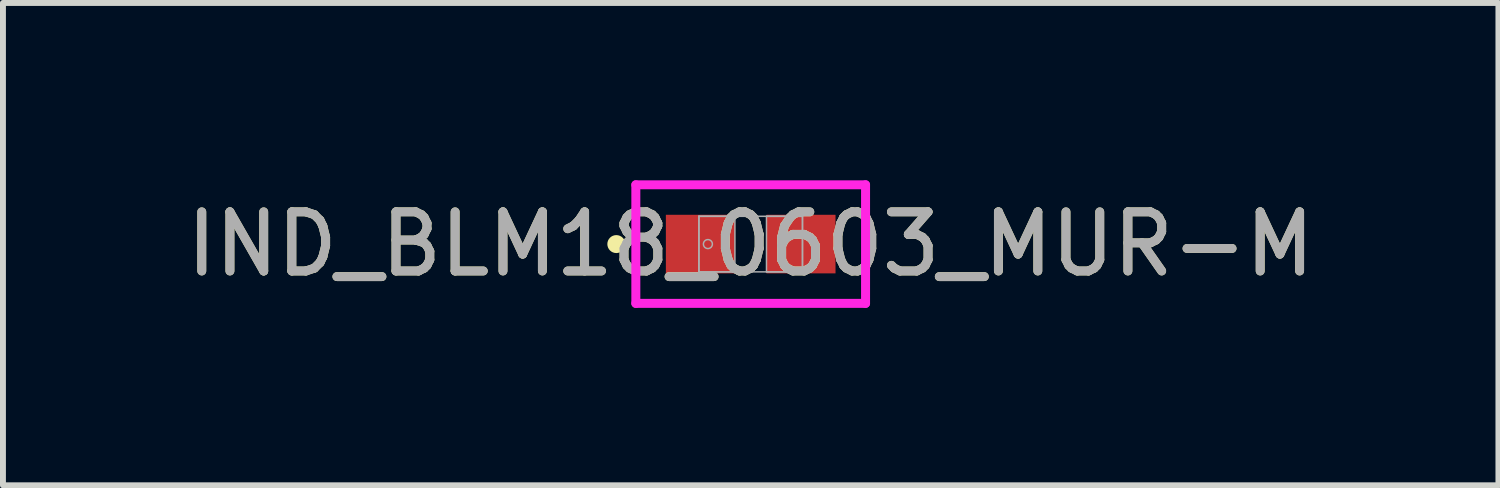
<source format=kicad_pcb>
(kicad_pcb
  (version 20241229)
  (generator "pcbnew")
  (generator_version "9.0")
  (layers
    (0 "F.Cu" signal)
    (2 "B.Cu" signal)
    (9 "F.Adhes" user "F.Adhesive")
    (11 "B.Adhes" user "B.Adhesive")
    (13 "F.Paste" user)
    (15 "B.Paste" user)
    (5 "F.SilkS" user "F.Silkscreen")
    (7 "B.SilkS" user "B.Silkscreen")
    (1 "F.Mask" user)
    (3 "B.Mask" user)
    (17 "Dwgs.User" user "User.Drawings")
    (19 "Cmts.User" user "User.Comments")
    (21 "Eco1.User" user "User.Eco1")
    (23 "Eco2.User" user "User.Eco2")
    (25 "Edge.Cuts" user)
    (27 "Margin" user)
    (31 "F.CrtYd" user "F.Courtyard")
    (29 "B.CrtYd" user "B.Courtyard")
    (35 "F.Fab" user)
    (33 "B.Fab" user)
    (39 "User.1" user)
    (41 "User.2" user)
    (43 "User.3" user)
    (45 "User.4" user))
  (footprint "IND_BLM18_0603_MUR-M"
    (layer "F.Cu")
    (at 9.649 1.079)
    (property "Reference" "IND_BLM18_0603_MUR-M" (at 0 0 0) (unlocked yes) (layer "F.SilkS") (effects (font (size 1 1) (thickness 0.15))))
    (attr smd)
    (fp_circle (center -2.273 0) (end -2.197 0) (stroke (width 0.152) (type solid)) (fill no) (layer "F.SilkS"))
    (fp_line (start -1.943 -1.003) (end 1.943 -1.003) (stroke (width 0.152) (type solid)) (layer "F.CrtYd"))
    (fp_line (start -1.943 1.003) (end -1.943 -1.003) (stroke (width 0.152) (type solid)) (layer "F.CrtYd"))
    (fp_line (start 1.943 -1.003) (end 1.943 1.003) (stroke (width 0.152) (type solid)) (layer "F.CrtYd"))
    (fp_line (start 1.943 1.003) (end -1.943 1.003) (stroke (width 0.152) (type solid)) (layer "F.CrtYd"))
    (fp_line (start -0.876 -0.47) (end -0.876 0.47) (stroke (width 0.025) (type solid)) (layer "F.Fab"))
    (fp_line (start -0.876 -0.47) (end -0.876 0.47) (stroke (width 0.025) (type solid)) (layer "F.Fab"))
    (fp_line (start -0.876 0.47) (end -0.267 0.47) (stroke (width 0.025) (type solid)) (layer "F.Fab"))
    (fp_line (start -0.876 0.47) (end 0.876 0.47) (stroke (width 0.025) (type solid)) (layer "F.Fab"))
    (fp_line (start -0.267 -0.47) (end -0.876 -0.47) (stroke (width 0.025) (type solid)) (layer "F.Fab"))
    (fp_line (start -0.267 0.47) (end -0.267 -0.47) (stroke (width 0.025) (type solid)) (layer "F.Fab"))
    (fp_line (start 0.267 -0.47) (end 0.267 0.47) (stroke (width 0.025) (type solid)) (layer "F.Fab"))
    (fp_line (start 0.267 0.47) (end 0.876 0.47) (stroke (width 0.025) (type solid)) (layer "F.Fab"))
    (fp_line (start 0.876 -0.47) (end -0.876 -0.47) (stroke (width 0.025) (type solid)) (layer "F.Fab"))
    (fp_line (start 0.876 -0.47) (end 0.267 -0.47) (stroke (width 0.025) (type solid)) (layer "F.Fab"))
    (fp_line (start 0.876 0.47) (end 0.876 -0.47) (stroke (width 0.025) (type solid)) (layer "F.Fab"))
    (fp_line (start 0.876 0.47) (end 0.876 -0.47) (stroke (width 0.025) (type solid)) (layer "F.Fab"))
    (fp_circle (center -0.724 0) (end -0.648 0) (stroke (width 0.025) (type solid)) (fill no) (layer "F.Fab"))
    (fp_text user "${REFERENCE}" (at 0 0 0) (unlocked yes) (layer "F.Fab") (effects (font (size 1 1) (thickness 0.15))))
    (pad "1" smd rect (at -0.851 0) (size 1.168 0.991) (layers "F.Cu" "F.Mask" "F.Paste"))
    (pad "2" smd rect (at 0.851 0) (size 1.168 0.991) (layers "F.Cu" "F.Mask" "F.Paste"))
    (zone (net_name "") (layer "F.Cu") (hatch full 0.508) (connect_pads) (min_thickness 0.254) (filled_areas_thickness no) (keepout (tracks not_allowed) (vias not_allowed) (pads allowed) (copperpour not_allowed) (footprints allowed)) (placement (enabled no)) (fill) (polygon (pts (xy 9.433 0.66) (xy 9.865 0.66) (xy 9.865 1.499) (xy 9.433 1.499)))))
  (gr_rect
    (start -3 -3)
    (end 22.298 5.159)
    (stroke (width 0.1) (type default))
    (fill no)
    (layer "Edge.Cuts")))
</source>
